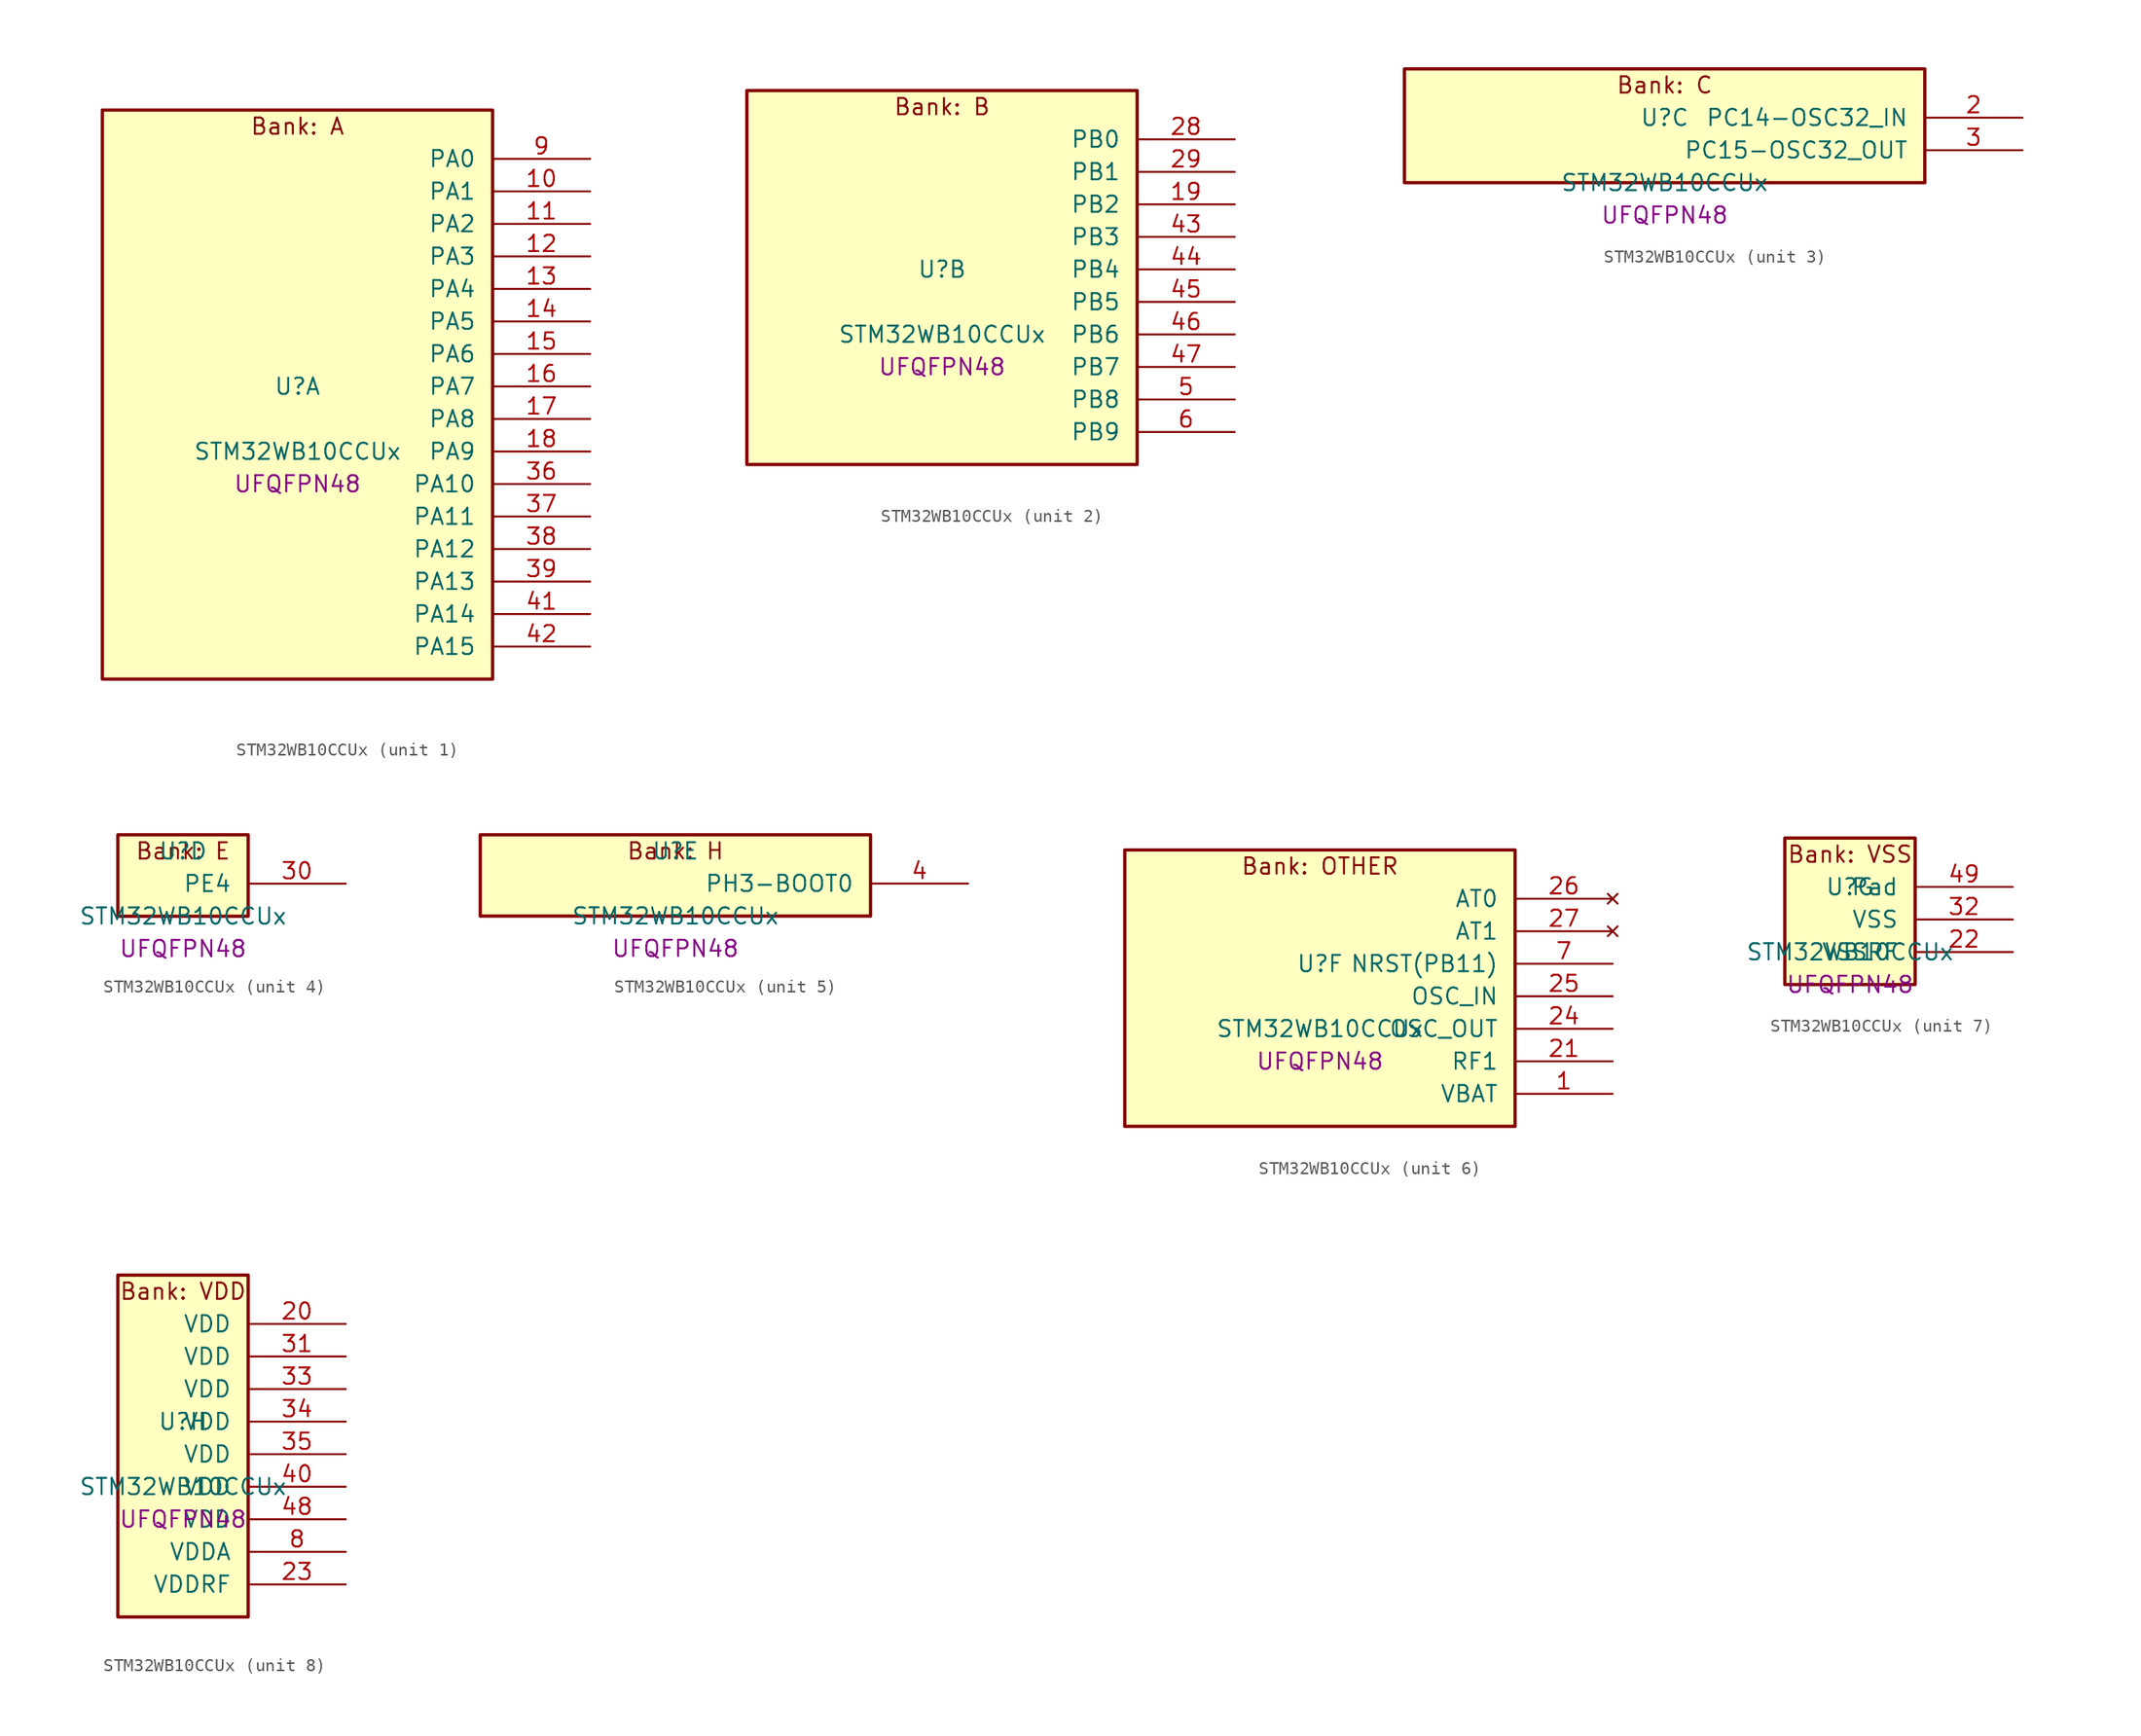
<source format=kicad_sym>
(kicad_symbol_lib
  (version 20241209)
  (generator "stm32_pkl_generator")
  (generator_version "1.0")
  (symbol "STM32WB10CCUx"
    (pin_names
      (offset 1.27))
    (property "Reference" "U"
      (at 0 2.54 0))
    (property "Value" "STM32WB10CCUx"
      (at 0 -2.54 0))
    (property "Footprint" "UFQFPN48"
      (at 0 -5.08 0))
    (symbol "STM32WB10CCUx_1_1"
      (rectangle (start -15.24 24.13) (end 15.24 -20.32) (stroke (width 0.254) (type solid)) (fill (type background)))
      (text "Bank: A" (at 0 22.86 0))
      (pin bidirectional line (at 22.86 20.32 180) (length 7.62) (name "PA0") (number "9") (alternate "PA0/ADC1_IN5" bidirectional line) (alternate "PA0/RTC_TAMP2" bidirectional line) (alternate "PA0/SYS_WKUP1" bidirectional line) (alternate "PA0/TIM2_CH1" bidirectional line) (alternate "PA0/TIM2_ETR" bidirectional line))
      (pin bidirectional line (at 22.86 17.78 180) (length 7.62) (name "PA1") (number "10") (alternate "PA1/ADC1_IN6" bidirectional line) (alternate "PA1/I2C1_SMBA" bidirectional line) (alternate "PA1/SPI1_SCK" bidirectional line) (alternate "PA1/TIM2_CH2" bidirectional line))
      (pin bidirectional line (at 22.86 15.24 180) (length 7.62) (name "PA2") (number "11") (alternate "PA2/ADC1_IN7" bidirectional line) (alternate "PA2/RCC_LSCO" bidirectional line) (alternate "PA2/SYS_WKUP4" bidirectional line) (alternate "PA2/TIM2_CH3" bidirectional line))
      (pin bidirectional line (at 22.86 12.7 180) (length 7.62) (name "PA3") (number "12") (alternate "PA3/ADC1_IN8" bidirectional line) (alternate "PA3/TIM2_CH4" bidirectional line))
      (pin bidirectional line (at 22.86 10.16 180) (length 7.62) (name "PA4") (number "13") (alternate "PA4/ADC1_IN9" bidirectional line) (alternate "PA4/LPTIM2_OUT" bidirectional line) (alternate "PA4/SPI1_NSS" bidirectional line))
      (pin bidirectional line (at 22.86 7.62 180) (length 7.62) (name "PA5") (number "14") (alternate "PA5/ADC1_IN10" bidirectional line) (alternate "PA5/LPTIM2_ETR" bidirectional line) (alternate "PA5/SPI1_MOSI" bidirectional line) (alternate "PA5/SPI1_SCK" bidirectional line) (alternate "PA5/TIM2_CH1" bidirectional line) (alternate "PA5/TIM2_ETR" bidirectional line))
      (pin bidirectional line (at 22.86 5.08 180) (length 7.62) (name "PA6") (number "15") (alternate "PA6/ADC1_IN11" bidirectional line) (alternate "PA6/SPI1_MISO" bidirectional line) (alternate "PA6/TIM1_BKIN" bidirectional line))
      (pin bidirectional line (at 22.86 2.54 180) (length 7.62) (name "PA7") (number "16") (alternate "PA7/ADC1_IN2" bidirectional line) (alternate "PA7/SPI1_MOSI" bidirectional line) (alternate "PA7/TIM1_CH1N" bidirectional line))
      (pin bidirectional line (at 22.86 0 180) (length 7.62) (name "PA8") (number "17") (alternate "PA8/ADC1_IN3" bidirectional line) (alternate "PA8/LPTIM2_OUT" bidirectional line) (alternate "PA8/RCC_MCO" bidirectional line) (alternate "PA8/TIM1_CH1" bidirectional line) (alternate "PA8/USART1_CK" bidirectional line))
      (pin bidirectional line (at 22.86 -2.54 180) (length 7.62) (name "PA9") (number "18") (alternate "PA9/ADC1_IN4" bidirectional line) (alternate "PA9/I2C1_SCL" bidirectional line) (alternate "PA9/TIM1_CH2" bidirectional line) (alternate "PA9/USART1_TX" bidirectional line))
      (pin bidirectional line (at 22.86 -5.08 180) (length 7.62) (name "PA10") (number "36") (alternate "PA10/I2C1_SDA" bidirectional line) (alternate "PA10/TIM1_CH3" bidirectional line) (alternate "PA10/TSC_G7_IO2" bidirectional line) (alternate "PA10/USART1_RX" bidirectional line))
      (pin bidirectional line (at 22.86 -7.62 180) (length 7.62) (name "PA11") (number "37") (alternate "PA11/ADC1_EXTI11" bidirectional line) (alternate "PA11/SPI1_MISO" bidirectional line) (alternate "PA11/TIM1_BKIN2" bidirectional line) (alternate "PA11/TIM1_CH4" bidirectional line) (alternate "PA11/USART1_CTS" bidirectional line) (alternate "PA11/USART1_NSS" bidirectional line))
      (pin bidirectional line (at 22.86 -10.16 180) (length 7.62) (name "PA12") (number "38") (alternate "PA12/SPI1_MOSI" bidirectional line) (alternate "PA12/TIM1_ETR" bidirectional line) (alternate "PA12/USART1_DE" bidirectional line) (alternate "PA12/USART1_RTS" bidirectional line))
      (pin bidirectional line (at 22.86 -12.7 180) (length 7.62) (name "PA13") (number "39") (alternate "PA13/SPI1_MOSI" bidirectional line) (alternate "PA13/SYS_JTMS-SWDIO" bidirectional line) (alternate "PA13/TSC_G7_IO1" bidirectional line))
      (pin bidirectional line (at 22.86 -15.24 180) (length 7.62) (name "PA14") (number "41") (alternate "PA14/I2C1_SMBA" bidirectional line) (alternate "PA14/LPTIM1_OUT" bidirectional line) (alternate "PA14/SPI1_NSS" bidirectional line) (alternate "PA14/SYS_JTCK-SWCLK" bidirectional line))
      (pin bidirectional line (at 22.86 -17.78 180) (length 7.62) (name "PA15") (number "42") (alternate "PA15/RCC_MCO" bidirectional line) (alternate "PA15/SPI1_NSS" bidirectional line) (alternate "PA15/SYS_JTDI" bidirectional line) (alternate "PA15/TIM2_CH1" bidirectional line) (alternate "PA15/TIM2_ETR" bidirectional line)))
    (symbol "STM32WB10CCUx_2_1"
      (rectangle (start -15.24 16.51) (end 15.24 -12.7) (stroke (width 0.254) (type solid)) (fill (type background)))
      (text "Bank: B" (at 0 15.24 0))
      (pin bidirectional line (at 22.86 12.7 180) (length 7.62) (name "PB0") (number "28") (alternate "PB0/RF_TX_MOD_EXT_PA" bidirectional line))
      (pin bidirectional line (at 22.86 10.16 180) (length 7.62) (name "PB1") (number "29") (alternate "PB1/LPTIM2_IN1" bidirectional line))
      (pin bidirectional line (at 22.86 7.62 180) (length 7.62) (name "PB2") (number "19") (alternate "PB2/LPTIM1_OUT" bidirectional line) (alternate "PB2/RTC_OUT" bidirectional line) (alternate "PB2/SPI1_NSS" bidirectional line))
      (pin bidirectional line (at 22.86 5.08 180) (length 7.62) (name "PB3") (number "43") (alternate "PB3/SPI1_SCK" bidirectional line) (alternate "PB3/SYS_JTDO-SWO" bidirectional line) (alternate "PB3/TIM2_CH2" bidirectional line) (alternate "PB3/USART1_DE" bidirectional line) (alternate "PB3/USART1_RTS" bidirectional line))
      (pin bidirectional line (at 22.86 2.54 180) (length 7.62) (name "PB4") (number "44") (alternate "PB4/SPI1_MISO" bidirectional line) (alternate "PB4/SYS_JTRST" bidirectional line) (alternate "PB4/TSC_G2_IO1" bidirectional line) (alternate "PB4/USART1_CTS" bidirectional line) (alternate "PB4/USART1_NSS" bidirectional line))
      (pin bidirectional line (at 22.86 0 180) (length 7.62) (name "PB5") (number "45") (alternate "PB5/I2C1_SMBA" bidirectional line) (alternate "PB5/LPTIM1_IN1" bidirectional line) (alternate "PB5/SPI1_MOSI" bidirectional line) (alternate "PB5/TSC_G2_IO2" bidirectional line) (alternate "PB5/USART1_CK" bidirectional line))
      (pin bidirectional line (at 22.86 -2.54 180) (length 7.62) (name "PB6") (number "46") (alternate "PB6/I2C1_SCL" bidirectional line) (alternate "PB6/LPTIM1_ETR" bidirectional line) (alternate "PB6/RCC_MCO" bidirectional line) (alternate "PB6/SPI1_NSS" bidirectional line) (alternate "PB6/TSC_G2_IO3" bidirectional line) (alternate "PB6/USART1_TX" bidirectional line))
      (pin bidirectional line (at 22.86 -5.08 180) (length 7.62) (name "PB7") (number "47") (alternate "PB7/I2C1_SDA" bidirectional line) (alternate "PB7/LPTIM1_IN2" bidirectional line) (alternate "PB7/SYS_PVD_IN" bidirectional line) (alternate "PB7/TIM1_BKIN" bidirectional line) (alternate "PB7/TIM1_CH3" bidirectional line) (alternate "PB7/TSC_G2_IO4" bidirectional line) (alternate "PB7/USART1_RX" bidirectional line))
      (pin bidirectional line (at 22.86 -7.62 180) (length 7.62) (name "PB8") (number "5") (alternate "PB8/I2C1_SCL" bidirectional line) (alternate "PB8/TIM1_CH2N" bidirectional line) (alternate "PB8/TSC_G7_IO3" bidirectional line))
      (pin bidirectional line (at 22.86 -10.16 180) (length 7.62) (name "PB9") (number "6") (alternate "PB9/I2C1_SDA" bidirectional line) (alternate "PB9/TIM1_CH3N" bidirectional line) (alternate "PB9/TSC_G7_IO4" bidirectional line)))
    (symbol "STM32WB10CCUx_3_1"
      (rectangle (start -20.32 6.35) (end 20.32 -2.54) (stroke (width 0.254) (type solid)) (fill (type background)))
      (text "Bank: C" (at 0 5.08 0))
      (pin bidirectional line (at 27.94 2.54 180) (length 7.62) (name "PC14-OSC32_IN") (number "2") (alternate "PC14-OSC32_IN/RCC_OSC32_IN" bidirectional line))
      (pin bidirectional line (at 27.94 0 180) (length 7.62) (name "PC15-OSC32_OUT") (number "3") (alternate "PC15-OSC32_OUT/RCC_OSC32_OUT" bidirectional line)))
    (symbol "STM32WB10CCUx_4_1"
      (rectangle (start -5.08 3.81) (end 5.08 -2.54) (stroke (width 0.254) (type solid)) (fill (type background)))
      (text "Bank: E" (at 0 2.54 0))
      (pin bidirectional line (at 12.7 0 180) (length 7.62) (name "PE4") (number "30")))
    (symbol "STM32WB10CCUx_5_1"
      (rectangle (start -15.24 3.81) (end 15.24 -2.54) (stroke (width 0.254) (type solid)) (fill (type background)))
      (text "Bank: H" (at 0 2.54 0))
      (pin bidirectional line (at 22.86 0 180) (length 7.62) (name "PH3-BOOT0") (number "4") (alternate "PH3-BOOT0/RCC_LSCO" bidirectional line)))
    (symbol "STM32WB10CCUx_6_1"
      (rectangle (start -15.24 11.43) (end 15.24 -10.16) (stroke (width 0.254) (type solid)) (fill (type background)))
      (text "Bank: OTHER" (at 0 10.16 0))
      (pin no_connect line (at 22.86 7.62 180) (length 7.62) (name "AT0") (number "26"))
      (pin no_connect line (at 22.86 5.08 180) (length 7.62) (name "AT1") (number "27"))
      (pin input line (at 22.86 2.54 180) (length 7.62) (name "NRST(PB11)") (number "7"))
      (pin bidirectional line (at 22.86 0 180) (length 7.62) (name "OSC_IN") (number "25") (alternate "OSC_IN/RCC_OSC_IN" bidirectional line))
      (pin bidirectional line (at 22.86 -2.54 180) (length 7.62) (name "OSC_OUT") (number "24") (alternate "OSC_OUT/RCC_OSC_OUT" bidirectional line))
      (pin bidirectional line (at 22.86 -5.08 180) (length 7.62) (name "RF1") (number "21") (alternate "RF1/RF_RF1" bidirectional line))
      (pin power_in line (at 22.86 -7.62 180) (length 7.62) (name "VBAT") (number "1")))
    (symbol "STM32WB10CCUx_7_1"
      (rectangle (start -5.08 6.35) (end 5.08 -5.08) (stroke (width 0.254) (type solid)) (fill (type background)))
      (text "Bank: VSS" (at 0 5.08 0))
      (pin passive line (at 12.7 2.54 180) (length 7.62) (name "Pad") (number "49"))
      (pin power_in line (at 12.7 0 180) (length 7.62) (name "VSS") (number "32"))
      (pin power_in line (at 12.7 -2.54 180) (length 7.62) (name "VSSRF") (number "22")))
    (symbol "STM32WB10CCUx_8_1"
      (rectangle (start -5.08 13.97) (end 5.08 -12.7) (stroke (width 0.254) (type solid)) (fill (type background)))
      (text "Bank: VDD" (at 0 12.7 0))
      (pin power_in line (at 12.7 10.16 180) (length 7.62) (name "VDD") (number "20"))
      (pin power_in line (at 12.7 7.62 180) (length 7.62) (name "VDD") (number "31"))
      (pin power_in line (at 12.7 5.08 180) (length 7.62) (name "VDD") (number "33"))
      (pin power_in line (at 12.7 2.54 180) (length 7.62) (name "VDD") (number "34"))
      (pin power_in line (at 12.7 0 180) (length 7.62) (name "VDD") (number "35"))
      (pin power_in line (at 12.7 -2.54 180) (length 7.62) (name "VDD") (number "40"))
      (pin power_in line (at 12.7 -5.08 180) (length 7.62) (name "VDD") (number "48"))
      (pin power_in line (at 12.7 -7.62 180) (length 7.62) (name "VDDA") (number "8"))
      (pin power_in line (at 12.7 -10.16 180) (length 7.62) (name "VDDRF") (number "23")))))
</source>
